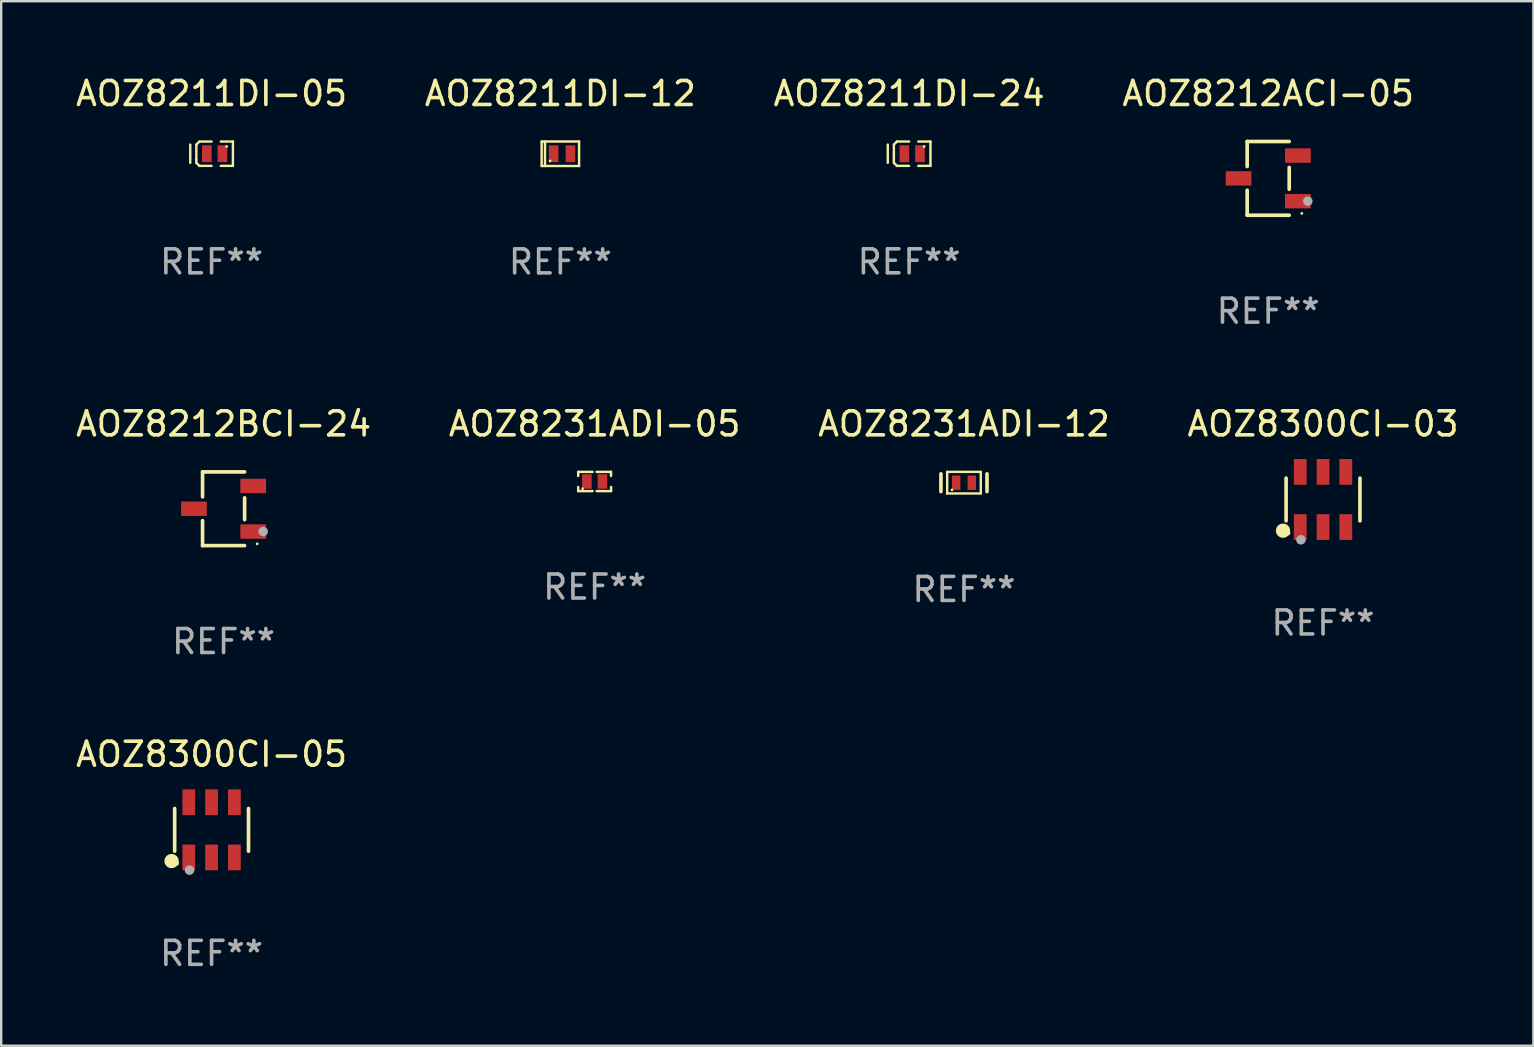
<source format=kicad_pcb>
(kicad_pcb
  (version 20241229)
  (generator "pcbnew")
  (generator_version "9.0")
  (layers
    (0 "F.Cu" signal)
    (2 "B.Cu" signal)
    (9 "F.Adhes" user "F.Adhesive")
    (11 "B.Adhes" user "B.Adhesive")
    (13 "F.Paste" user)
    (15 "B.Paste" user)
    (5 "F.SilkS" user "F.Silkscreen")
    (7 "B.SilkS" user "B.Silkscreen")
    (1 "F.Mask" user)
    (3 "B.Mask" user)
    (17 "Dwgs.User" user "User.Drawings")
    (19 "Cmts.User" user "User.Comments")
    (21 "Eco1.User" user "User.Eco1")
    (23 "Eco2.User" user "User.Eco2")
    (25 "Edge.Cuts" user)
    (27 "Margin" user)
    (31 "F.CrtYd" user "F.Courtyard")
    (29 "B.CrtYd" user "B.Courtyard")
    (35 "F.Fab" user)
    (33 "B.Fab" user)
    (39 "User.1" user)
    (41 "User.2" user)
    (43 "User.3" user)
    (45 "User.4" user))
  (footprint "AOZ8212BCI-24"
    (layer "F.Cu")
    (at 6.268 18.153)
    (property "Reference" "AOZ8212BCI-24" (at 0 -3.536 0) (layer "F.SilkS") (effects (font (size 1 1) (thickness 0.15))))
    (attr through_hole)
    (fp_line (start -0.876 -1.536) (end -0.876 -0.495) (stroke (width 0.152) (type solid)) (layer "F.SilkS"))
    (fp_line (start -0.876 1.536) (end -0.876 0.495) (stroke (width 0.152) (type solid)) (layer "F.SilkS"))
    (fp_line (start 0.876 -1.536) (end -0.876 -1.536) (stroke (width 0.152) (type solid)) (layer "F.SilkS"))
    (fp_line (start 0.876 -0.455) (end 0.876 0.455) (stroke (width 0.152) (type solid)) (layer "F.SilkS"))
    (fp_line (start 0.876 1.536) (end -0.876 1.536) (stroke (width 0.152) (type solid)) (layer "F.SilkS"))
    (fp_circle (center 1.4 1.46) (end 1.43 1.46) (stroke (width 0.06) (type solid)) (fill no) (layer "F.SilkS"))
    (fp_circle (center 1.651 0.95) (end 1.751 0.95) (stroke (width 0.2) (type solid)) (fill no) (layer "F.Fab"))
    (fp_text user "REF**" (at 0 5.536 0) (layer "F.Fab") (effects (font (size 1 1) (thickness 0.15))))
    (pad "1" smd rect (at 1.235 0.95) (size 1.07 0.6) (layers "F.Cu" "F.Mask" "F.Paste"))
    (pad "2" smd rect (at 1.235 -0.95) (size 1.07 0.6) (layers "F.Cu" "F.Mask" "F.Paste"))
    (pad "3" smd rect (at -1.235 0) (size 1.07 0.6) (layers "F.Cu" "F.Mask" "F.Paste")))
  (footprint "AOZ8300CI-03"
    (layer "F.Cu")
    (at 52.089 17.766)
    (property "Reference" "AOZ8300CI-03" (at 0 -3.149 0) (layer "F.SilkS") (effects (font (size 1 1) (thickness 0.15))))
    (attr through_hole)
    (fp_line (start -1.539 0.889) (end -1.539 -0.889) (stroke (width 0.152) (type solid)) (layer "F.SilkS"))
    (fp_line (start 1.539 0.889) (end 1.539 -0.889) (stroke (width 0.152) (type solid)) (layer "F.SilkS"))
    (fp_circle (center -1.668 1.301) (end -1.518 1.301) (stroke (width 0.3) (type solid)) (fill no) (layer "F.SilkS"))
    (fp_circle (center -1.463 1.4) (end -1.413 1.4) (stroke (width 0.1) (type solid)) (fill no) (layer "F.SilkS"))
    (fp_circle (center -0.92 1.68) (end -0.82 1.68) (stroke (width 0.2) (type solid)) (fill no) (layer "F.Fab"))
    (fp_text user "REF**" (at 0 5.149 0) (layer "F.Fab") (effects (font (size 1 1) (thickness 0.15))))
    (pad "1" smd rect (at -0.95 1.149) (size 0.532 1.072) (layers "F.Cu" "F.Mask" "F.Paste"))
    (pad "2" smd rect (at 0 1.149) (size 0.532 1.072) (layers "F.Cu" "F.Mask" "F.Paste"))
    (pad "3" smd rect (at 0.95 1.149) (size 0.532 1.072) (layers "F.Cu" "F.Mask" "F.Paste"))
    (pad "4" smd rect (at 0.95 -1.149) (size 0.532 1.072) (layers "F.Cu" "F.Mask" "F.Paste"))
    (pad "5" smd rect (at 0 -1.149) (size 0.532 1.072) (layers "F.Cu" "F.Mask" "F.Paste"))
    (pad "6" smd rect (at -0.95 -1.149) (size 0.532 1.072) (layers "F.Cu" "F.Mask" "F.Paste")))
  (footprint "AOZ8211DI-12"
    (layer "F.Cu")
    (at 20.304 3.358)
    (property "Reference" "AOZ8211DI-12" (at 0 -2.51 0) (layer "F.SilkS") (effects (font (size 1 1) (thickness 0.15))))
    (attr through_hole)
    (fp_line (start -0.78 -0.51) (end -0.78 0.51) (stroke (width 0.102) (type solid)) (layer "F.SilkS"))
    (fp_line (start -0.78 -0.51) (end 0.78 -0.51) (stroke (width 0.102) (type solid)) (layer "F.SilkS"))
    (fp_line (start -0.78 0.51) (end 0.78 0.51) (stroke (width 0.102) (type solid)) (layer "F.SilkS"))
    (fp_line (start -0.64 -0.51) (end -0.64 0.51) (stroke (width 0.102) (type solid)) (layer "F.SilkS"))
    (fp_line (start 0.78 -0.51) (end 0.78 0.51) (stroke (width 0.102) (type solid)) (layer "F.SilkS"))
    (fp_circle (center -0.43 0.3) (end -0.4 0.3) (stroke (width 0.06) (type solid)) (fill no) (layer "F.SilkS"))
    (fp_text user "REF**" (at 0 4.51 0) (layer "F.Fab") (effects (font (size 1 1) (thickness 0.15))))
    (pad "1" smd rect (at -0.28 0) (size 0.4 0.7) (layers "F.Cu" "F.Mask" "F.Paste"))
    (pad "2" smd rect (at 0.42 0) (size 0.4 0.7) (layers "F.Cu" "F.Mask" "F.Paste")))
  (footprint "AOZ8211DI-05"
    (layer "F.Cu")
    (at 5.768 3.356)
    (property "Reference" "AOZ8211DI-05" (at 0 -2.508 0) (layer "F.SilkS") (effects (font (size 1 1) (thickness 0.15))))
    (attr through_hole)
    (fp_line (start -0.889 -0.381) (end -0.889 0.381) (stroke (width 0.1) (type solid)) (layer "F.SilkS"))
    (fp_line (start -0.635 -0.381) (end -0.635 0.254) (stroke (width 0.1) (type solid)) (layer "F.SilkS"))
    (fp_line (start -0.635 0.254) (end -0.635 0.381) (stroke (width 0.1) (type solid)) (layer "F.SilkS"))
    (fp_line (start -0.635 0.381) (end -0.508 0.508) (stroke (width 0.1) (type solid)) (layer "F.SilkS"))
    (fp_line (start -0.508 -0.508) (end -0.635 -0.381) (stroke (width 0.1) (type solid)) (layer "F.SilkS"))
    (fp_line (start -0.508 0.508) (end 0 0.508) (stroke (width 0.1) (type solid)) (layer "F.SilkS"))
    (fp_line (start 0 -0.508) (end -0.508 -0.508) (stroke (width 0.1) (type solid)) (layer "F.SilkS"))
    (fp_line (start 0.381 -0.508) (end 0.889 -0.508) (stroke (width 0.1) (type solid)) (layer "F.SilkS"))
    (fp_line (start 0.889 -0.508) (end 0.889 0.508) (stroke (width 0.1) (type solid)) (layer "F.SilkS"))
    (fp_line (start 0.889 0.508) (end 0.381 0.508) (stroke (width 0.1) (type solid)) (layer "F.SilkS"))
    (fp_circle (center 0.627 -0.3) (end 0.657 -0.3) (stroke (width 0.06) (type solid)) (fill no) (layer "F.SilkS"))
    (fp_text user "REF**" (at 0 4.508 0) (layer "F.Fab") (effects (font (size 1 1) (thickness 0.15))))
    (pad "1" smd rect (at 0.452 0) (size 0.4 0.7) (layers "F.Cu" "F.Mask" "F.Paste"))
    (pad "2" smd rect (at -0.198 0) (size 0.4 0.7) (layers "F.Cu" "F.Mask" "F.Paste")))
  (footprint "AOZ8300CI-05"
    (layer "F.Cu")
    (at 5.768 31.535)
    (property "Reference" "AOZ8300CI-05" (at 0 -3.149 0) (layer "F.SilkS") (effects (font (size 1 1) (thickness 0.15))))
    (attr through_hole)
    (fp_line (start -1.539 0.889) (end -1.539 -0.889) (stroke (width 0.152) (type solid)) (layer "F.SilkS"))
    (fp_line (start 1.539 0.889) (end 1.539 -0.889) (stroke (width 0.152) (type solid)) (layer "F.SilkS"))
    (fp_circle (center -1.668 1.301) (end -1.518 1.301) (stroke (width 0.3) (type solid)) (fill no) (layer "F.SilkS"))
    (fp_circle (center -1.463 1.4) (end -1.413 1.4) (stroke (width 0.1) (type solid)) (fill no) (layer "F.SilkS"))
    (fp_circle (center -0.92 1.68) (end -0.82 1.68) (stroke (width 0.2) (type solid)) (fill no) (layer "F.Fab"))
    (fp_text user "REF**" (at 0 5.149 0) (layer "F.Fab") (effects (font (size 1 1) (thickness 0.15))))
    (pad "1" smd rect (at -0.95 1.149) (size 0.532 1.072) (layers "F.Cu" "F.Mask" "F.Paste"))
    (pad "2" smd rect (at 0 1.149) (size 0.532 1.072) (layers "F.Cu" "F.Mask" "F.Paste"))
    (pad "3" smd rect (at 0.95 1.149) (size 0.532 1.072) (layers "F.Cu" "F.Mask" "F.Paste"))
    (pad "4" smd rect (at 0.95 -1.149) (size 0.532 1.072) (layers "F.Cu" "F.Mask" "F.Paste"))
    (pad "5" smd rect (at 0 -1.149) (size 0.532 1.072) (layers "F.Cu" "F.Mask" "F.Paste"))
    (pad "6" smd rect (at -0.95 -1.149) (size 0.532 1.072) (layers "F.Cu" "F.Mask" "F.Paste")))
  (footprint "AOZ8231ADI-05"
    (layer "F.Cu")
    (at 21.732 17.017)
    (property "Reference" "AOZ8231ADI-05" (at 0 -2.4 0) (layer "F.SilkS") (effects (font (size 1 1) (thickness 0.15))))
    (attr through_hole)
    (fp_line (start -0.685 -0.4) (end -0.685 -0.23) (stroke (width 0.102) (type solid)) (layer "F.SilkS"))
    (fp_line (start -0.685 0.4) (end -0.685 0.23) (stroke (width 0.102) (type solid)) (layer "F.SilkS"))
    (fp_line (start -0.085 -0.4) (end -0.685 -0.4) (stroke (width 0.102) (type solid)) (layer "F.SilkS"))
    (fp_line (start -0.085 0.4) (end -0.685 0.4) (stroke (width 0.102) (type solid)) (layer "F.SilkS"))
    (fp_line (start 0.082 -0.4) (end 0.682 -0.4) (stroke (width 0.102) (type solid)) (layer "F.SilkS"))
    (fp_line (start 0.085 0.4) (end 0.685 0.4) (stroke (width 0.102) (type solid)) (layer "F.SilkS"))
    (fp_line (start 0.682 -0.4) (end 0.682 -0.23) (stroke (width 0.102) (type solid)) (layer "F.SilkS"))
    (fp_line (start 0.685 0.4) (end 0.685 0.23) (stroke (width 0.102) (type solid)) (layer "F.SilkS"))
    (fp_circle (center -0.5 0.3) (end -0.47 0.3) (stroke (width 0.06) (type solid)) (fill no) (layer "F.SilkS"))
    (fp_text user "REF**" (at 0 4.4 0) (layer "F.Fab") (effects (font (size 1 1) (thickness 0.15))))
    (pad "1" smd rect (at -0.325 0) (size 0.4 0.6) (layers "F.Cu" "F.Mask" "F.Paste"))
    (pad "2" smd rect (at 0.325 0) (size 0.4 0.6) (layers "F.Cu" "F.Mask" "F.Paste")))
  (footprint "AOZ8211DI-24"
    (layer "F.Cu")
    (at 34.839 3.356)
    (property "Reference" "AOZ8211DI-24" (at 0 -2.508 0) (layer "F.SilkS") (effects (font (size 1 1) (thickness 0.15))))
    (attr through_hole)
    (fp_line (start -0.889 -0.381) (end -0.889 0.381) (stroke (width 0.1) (type solid)) (layer "F.SilkS"))
    (fp_line (start -0.635 -0.381) (end -0.635 0.254) (stroke (width 0.1) (type solid)) (layer "F.SilkS"))
    (fp_line (start -0.635 0.254) (end -0.635 0.381) (stroke (width 0.1) (type solid)) (layer "F.SilkS"))
    (fp_line (start -0.635 0.381) (end -0.508 0.508) (stroke (width 0.1) (type solid)) (layer "F.SilkS"))
    (fp_line (start -0.508 -0.508) (end -0.635 -0.381) (stroke (width 0.1) (type solid)) (layer "F.SilkS"))
    (fp_line (start -0.508 0.508) (end 0 0.508) (stroke (width 0.1) (type solid)) (layer "F.SilkS"))
    (fp_line (start 0 -0.508) (end -0.508 -0.508) (stroke (width 0.1) (type solid)) (layer "F.SilkS"))
    (fp_line (start 0.381 -0.508) (end 0.889 -0.508) (stroke (width 0.1) (type solid)) (layer "F.SilkS"))
    (fp_line (start 0.889 -0.508) (end 0.889 0.508) (stroke (width 0.1) (type solid)) (layer "F.SilkS"))
    (fp_line (start 0.889 0.508) (end 0.381 0.508) (stroke (width 0.1) (type solid)) (layer "F.SilkS"))
    (fp_circle (center 0.627 -0.3) (end 0.657 -0.3) (stroke (width 0.06) (type solid)) (fill no) (layer "F.SilkS"))
    (fp_text user "REF**" (at 0 4.508 0) (layer "F.Fab") (effects (font (size 1 1) (thickness 0.15))))
    (pad "1" smd rect (at 0.452 0) (size 0.4 0.7) (layers "F.Cu" "F.Mask" "F.Paste"))
    (pad "2" smd rect (at -0.198 0) (size 0.4 0.7) (layers "F.Cu" "F.Mask" "F.Paste")))
  (footprint "AOZ8231ADI-12"
    (layer "F.Cu")
    (at 37.125 17.067)
    (property "Reference" "AOZ8231ADI-12" (at 0 -2.45 0) (layer "F.SilkS") (effects (font (size 1 1) (thickness 0.15))))
    (attr through_hole)
    (fp_line (start -0.96 0.37) (end -0.96 -0.37) (stroke (width 0.15) (type solid)) (layer "F.SilkS"))
    (fp_line (start -0.7 -0.45) (end -0.7 0.45) (stroke (width 0.1) (type solid)) (layer "F.SilkS"))
    (fp_line (start -0.7 -0.45) (end 0.7 -0.45) (stroke (width 0.1) (type solid)) (layer "F.SilkS"))
    (fp_line (start -0.7 0.45) (end 0.69 0.45) (stroke (width 0.1) (type solid)) (layer "F.SilkS"))
    (fp_line (start 0.7 -0.45) (end 0.7 0.45) (stroke (width 0.1) (type solid)) (layer "F.SilkS"))
    (fp_line (start 0.96 -0.37) (end 0.96 0.37) (stroke (width 0.15) (type solid)) (layer "F.SilkS"))
    (fp_circle (center -0.5 0.3) (end -0.47 0.3) (stroke (width 0.06) (type solid)) (fill no) (layer "F.SilkS"))
    (fp_text user "REF**" (at 0 4.45 0) (layer "F.Fab") (effects (font (size 1 1) (thickness 0.15))))
    (pad "1" smd rect (at -0.325 -0.000025 90) (size 0.6 0.35) (layers "F.Cu" "F.Mask" "F.Paste"))
    (pad "2" smd rect (at 0.325 -0.000025 90) (size 0.6 0.35) (layers "F.Cu" "F.Mask" "F.Paste")))
  (footprint "AOZ8212ACI-05"
    (layer "F.Cu")
    (at 49.804 4.384)
    (property "Reference" "AOZ8212ACI-05" (at 0 -3.536 0) (layer "F.SilkS") (effects (font (size 1 1) (thickness 0.15))))
    (attr through_hole)
    (fp_line (start -0.876 -1.536) (end -0.876 -0.495) (stroke (width 0.152) (type solid)) (layer "F.SilkS"))
    (fp_line (start -0.876 1.536) (end -0.876 0.495) (stroke (width 0.152) (type solid)) (layer "F.SilkS"))
    (fp_line (start 0.876 -1.536) (end -0.876 -1.536) (stroke (width 0.152) (type solid)) (layer "F.SilkS"))
    (fp_line (start 0.876 -0.455) (end 0.876 0.455) (stroke (width 0.152) (type solid)) (layer "F.SilkS"))
    (fp_line (start 0.876 1.536) (end -0.876 1.536) (stroke (width 0.152) (type solid)) (layer "F.SilkS"))
    (fp_circle (center 1.4 1.46) (end 1.43 1.46) (stroke (width 0.06) (type solid)) (fill no) (layer "F.SilkS"))
    (fp_circle (center 1.651 0.95) (end 1.751 0.95) (stroke (width 0.2) (type solid)) (fill no) (layer "F.Fab"))
    (fp_text user "REF**" (at 0 5.536 0) (layer "F.Fab") (effects (font (size 1 1) (thickness 0.15))))
    (pad "1" smd rect (at 1.235 0.95) (size 1.07 0.6) (layers "F.Cu" "F.Mask" "F.Paste"))
    (pad "2" smd rect (at 1.235 -0.95) (size 1.07 0.6) (layers "F.Cu" "F.Mask" "F.Paste"))
    (pad "3" smd rect (at -1.235 0) (size 1.07 0.6) (layers "F.Cu" "F.Mask" "F.Paste")))
  (gr_rect
    (start -3 -3)
    (end 60.857 40.532)
    (stroke (width 0.1) (type default))
    (fill no)
    (layer "Edge.Cuts")))
</source>
